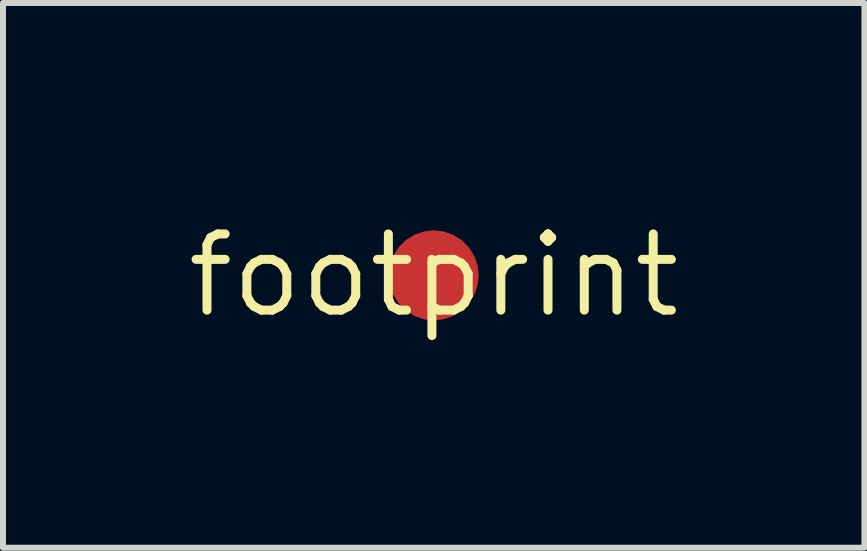
<source format=kicad_pcb>
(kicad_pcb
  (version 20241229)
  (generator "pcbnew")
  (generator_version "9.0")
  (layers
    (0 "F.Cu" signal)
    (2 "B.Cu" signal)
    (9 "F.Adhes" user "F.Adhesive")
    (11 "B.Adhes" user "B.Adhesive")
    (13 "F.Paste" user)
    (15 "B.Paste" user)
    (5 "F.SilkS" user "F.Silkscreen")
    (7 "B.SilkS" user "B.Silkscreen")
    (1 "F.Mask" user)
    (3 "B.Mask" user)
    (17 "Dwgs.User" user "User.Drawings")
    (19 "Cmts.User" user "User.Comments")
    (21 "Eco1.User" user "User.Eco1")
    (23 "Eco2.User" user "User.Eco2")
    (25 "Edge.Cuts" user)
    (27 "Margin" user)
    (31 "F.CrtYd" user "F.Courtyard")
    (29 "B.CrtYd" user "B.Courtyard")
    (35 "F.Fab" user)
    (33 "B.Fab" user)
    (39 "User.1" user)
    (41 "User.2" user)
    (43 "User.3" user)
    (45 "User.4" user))
  (footprint "footprint"
    (layer "F.Cu")
    (at 4.18 1.54)
    (property "Reference" "footprint" (at 0 0 0) (layer "F.SilkS") (effects (font (size 1.27 1.27) (thickness 0.15))))
    (fp_circle (center 0 0) (end 0.905 0) (stroke (width 1.27) (type solid)) (fill no) (layer "F.Mask"))
    (pad "1" smd roundrect (at 0 0) (size 1.5 1.5) (layers "F.Cu" "F.Mask") (roundrect_rratio 0.5)))
  (gr_rect
    (start -3 -3)
    (end 11.36 6.081)
    (stroke (width 0.1) (type default))
    (fill no)
    (layer "Edge.Cuts")))
</source>
